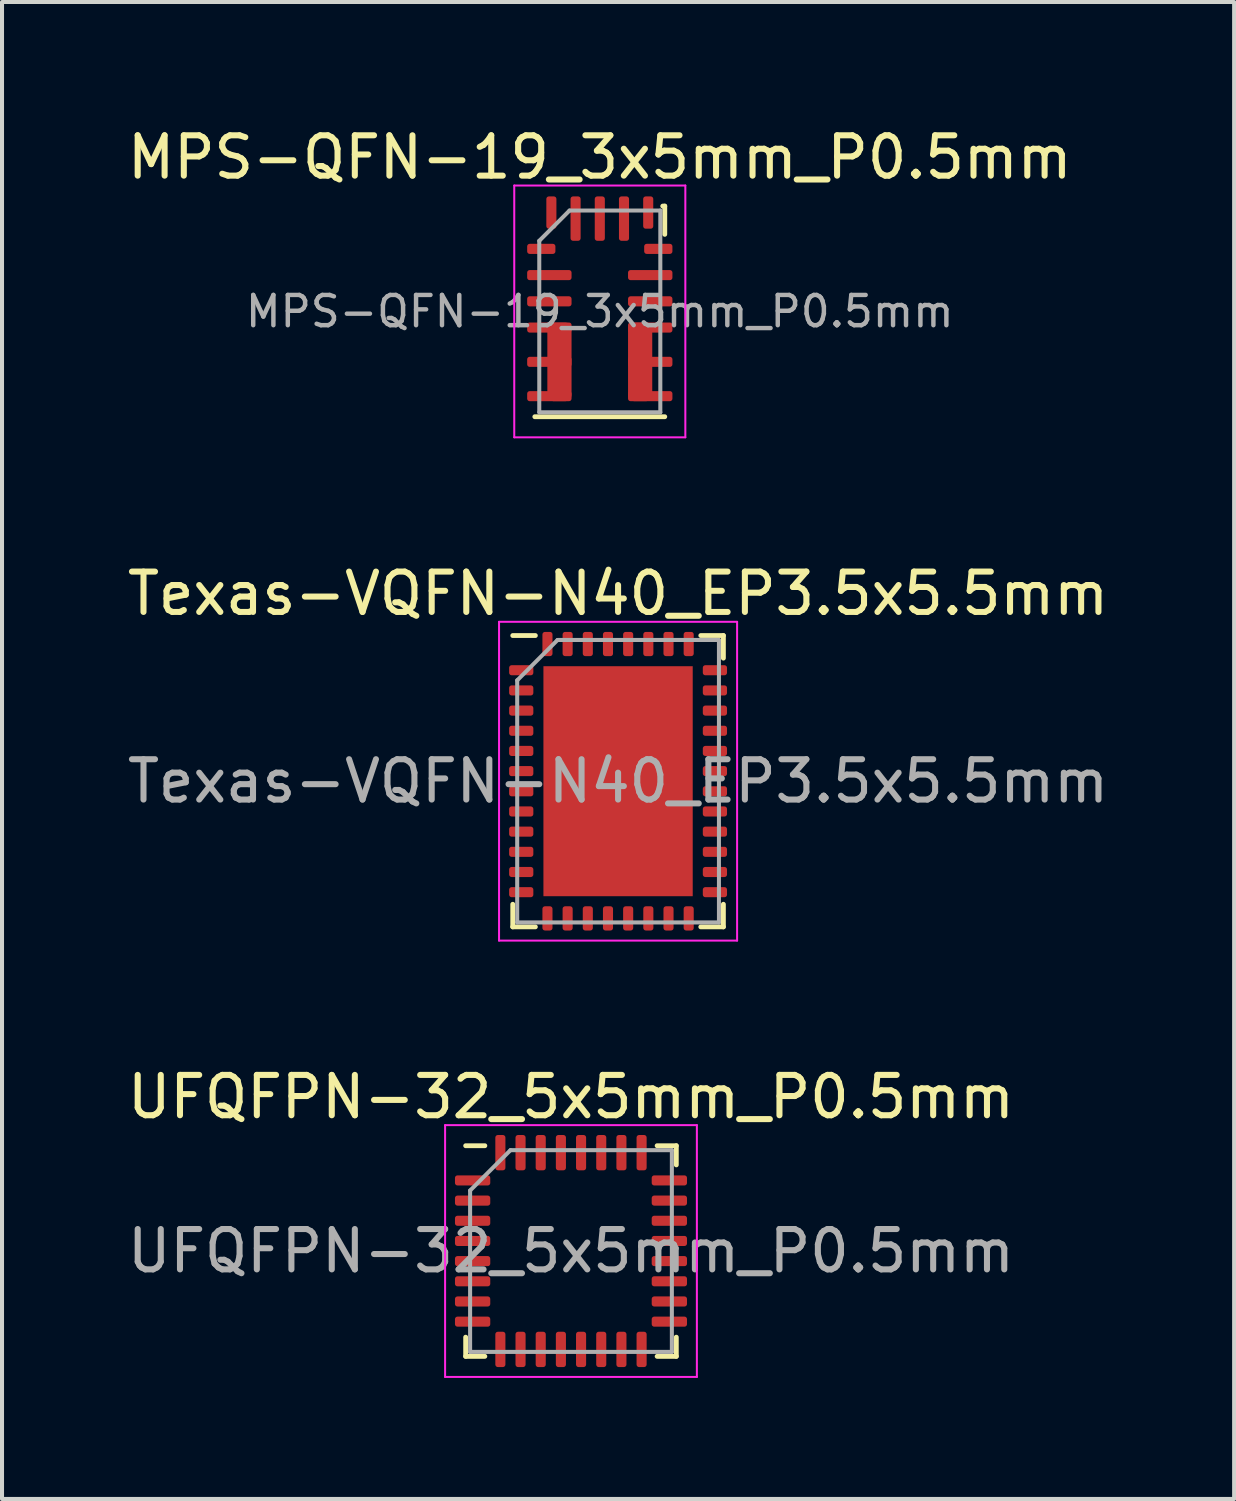
<source format=kicad_pcb>
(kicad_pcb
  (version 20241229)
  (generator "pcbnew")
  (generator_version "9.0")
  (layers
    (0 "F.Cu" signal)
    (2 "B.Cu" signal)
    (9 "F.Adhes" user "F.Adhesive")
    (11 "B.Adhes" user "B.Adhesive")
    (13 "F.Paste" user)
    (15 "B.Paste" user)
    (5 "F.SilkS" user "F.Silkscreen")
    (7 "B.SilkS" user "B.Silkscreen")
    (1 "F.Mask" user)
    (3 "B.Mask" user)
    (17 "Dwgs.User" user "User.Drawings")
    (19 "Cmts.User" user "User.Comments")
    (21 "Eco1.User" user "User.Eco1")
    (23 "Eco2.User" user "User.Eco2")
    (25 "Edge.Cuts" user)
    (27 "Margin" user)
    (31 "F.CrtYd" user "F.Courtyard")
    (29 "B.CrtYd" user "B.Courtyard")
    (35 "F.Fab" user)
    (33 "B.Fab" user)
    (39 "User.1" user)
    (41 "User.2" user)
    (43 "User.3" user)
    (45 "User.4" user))
  (footprint "UFQFPN-32_5x5mm_P0.5mm"
    (layer "F.Cu")
    (at 11.101 27.955)
    (property "Reference" "UFQFPN-32_5x5mm_P0.5mm" (at 0 -3.82 0) (layer "F.SilkS") (effects (font (size 1 1) (thickness 0.15))))
    (attr smd)
    (fp_line (start -2.61 2.61) (end -2.61 2.135) (stroke (width 0.12) (type solid)) (layer "F.SilkS"))
    (fp_line (start -2.135 -2.61) (end -2.61 -2.61) (stroke (width 0.12) (type solid)) (layer "F.SilkS"))
    (fp_line (start -2.135 2.61) (end -2.61 2.61) (stroke (width 0.12) (type solid)) (layer "F.SilkS"))
    (fp_line (start 2.135 -2.61) (end 2.61 -2.61) (stroke (width 0.12) (type solid)) (layer "F.SilkS"))
    (fp_line (start 2.135 2.61) (end 2.61 2.61) (stroke (width 0.12) (type solid)) (layer "F.SilkS"))
    (fp_line (start 2.61 -2.61) (end 2.61 -2.135) (stroke (width 0.12) (type solid)) (layer "F.SilkS"))
    (fp_line (start 2.61 2.61) (end 2.61 2.135) (stroke (width 0.12) (type solid)) (layer "F.SilkS"))
    (fp_line (start -3.12 -3.12) (end -3.12 3.12) (stroke (width 0.05) (type solid)) (layer "F.CrtYd"))
    (fp_line (start -3.12 3.12) (end 3.12 3.12) (stroke (width 0.05) (type solid)) (layer "F.CrtYd"))
    (fp_line (start 3.12 -3.12) (end -3.12 -3.12) (stroke (width 0.05) (type solid)) (layer "F.CrtYd"))
    (fp_line (start 3.12 3.12) (end 3.12 -3.12) (stroke (width 0.05) (type solid)) (layer "F.CrtYd"))
    (fp_line (start -2.5 -1.5) (end -1.5 -2.5) (stroke (width 0.1) (type solid)) (layer "F.Fab"))
    (fp_line (start -2.5 2.5) (end -2.5 -1.5) (stroke (width 0.1) (type solid)) (layer "F.Fab"))
    (fp_line (start -1.5 -2.5) (end 2.5 -2.5) (stroke (width 0.1) (type solid)) (layer "F.Fab"))
    (fp_line (start 2.5 -2.5) (end 2.5 2.5) (stroke (width 0.1) (type solid)) (layer "F.Fab"))
    (fp_line (start 2.5 2.5) (end -2.5 2.5) (stroke (width 0.1) (type solid)) (layer "F.Fab"))
    (fp_text user "${REFERENCE}" (at 0 0 0) (layer "F.Fab") (effects (font (size 1 1) (thickness 0.15))))
    (pad "1" smd roundrect (at -2.438 -1.75) (size 0.875 0.25) (layers "F.Cu" "F.Mask" "F.Paste") (roundrect_rratio 0.25))
    (pad "2" smd roundrect (at -2.438 -1.25) (size 0.875 0.25) (layers "F.Cu" "F.Mask" "F.Paste") (roundrect_rratio 0.25))
    (pad "3" smd roundrect (at -2.438 -0.75) (size 0.875 0.25) (layers "F.Cu" "F.Mask" "F.Paste") (roundrect_rratio 0.25))
    (pad "4" smd roundrect (at -2.438 -0.25) (size 0.875 0.25) (layers "F.Cu" "F.Mask" "F.Paste") (roundrect_rratio 0.25))
    (pad "5" smd roundrect (at -2.438 0.25) (size 0.875 0.25) (layers "F.Cu" "F.Mask" "F.Paste") (roundrect_rratio 0.25))
    (pad "6" smd roundrect (at -2.438 0.75) (size 0.875 0.25) (layers "F.Cu" "F.Mask" "F.Paste") (roundrect_rratio 0.25))
    (pad "7" smd roundrect (at -2.438 1.25) (size 0.875 0.25) (layers "F.Cu" "F.Mask" "F.Paste") (roundrect_rratio 0.25))
    (pad "8" smd roundrect (at -2.438 1.75) (size 0.875 0.25) (layers "F.Cu" "F.Mask" "F.Paste") (roundrect_rratio 0.25))
    (pad "9" smd roundrect (at -1.75 2.438) (size 0.25 0.875) (layers "F.Cu" "F.Mask" "F.Paste") (roundrect_rratio 0.25))
    (pad "10" smd roundrect (at -1.25 2.438) (size 0.25 0.875) (layers "F.Cu" "F.Mask" "F.Paste") (roundrect_rratio 0.25))
    (pad "11" smd roundrect (at -0.75 2.438) (size 0.25 0.875) (layers "F.Cu" "F.Mask" "F.Paste") (roundrect_rratio 0.25))
    (pad "12" smd roundrect (at -0.25 2.438) (size 0.25 0.875) (layers "F.Cu" "F.Mask" "F.Paste") (roundrect_rratio 0.25))
    (pad "13" smd roundrect (at 0.25 2.438) (size 0.25 0.875) (layers "F.Cu" "F.Mask" "F.Paste") (roundrect_rratio 0.25))
    (pad "14" smd roundrect (at 0.75 2.438) (size 0.25 0.875) (layers "F.Cu" "F.Mask" "F.Paste") (roundrect_rratio 0.25))
    (pad "15" smd roundrect (at 1.25 2.438) (size 0.25 0.875) (layers "F.Cu" "F.Mask" "F.Paste") (roundrect_rratio 0.25))
    (pad "16" smd roundrect (at 1.75 2.438) (size 0.25 0.875) (layers "F.Cu" "F.Mask" "F.Paste") (roundrect_rratio 0.25))
    (pad "17" smd roundrect (at 2.438 1.75) (size 0.875 0.25) (layers "F.Cu" "F.Mask" "F.Paste") (roundrect_rratio 0.25))
    (pad "18" smd roundrect (at 2.438 1.25) (size 0.875 0.25) (layers "F.Cu" "F.Mask" "F.Paste") (roundrect_rratio 0.25))
    (pad "19" smd roundrect (at 2.438 0.75) (size 0.875 0.25) (layers "F.Cu" "F.Mask" "F.Paste") (roundrect_rratio 0.25))
    (pad "20" smd roundrect (at 2.438 0.25) (size 0.875 0.25) (layers "F.Cu" "F.Mask" "F.Paste") (roundrect_rratio 0.25))
    (pad "21" smd roundrect (at 2.438 -0.25) (size 0.875 0.25) (layers "F.Cu" "F.Mask" "F.Paste") (roundrect_rratio 0.25))
    (pad "22" smd roundrect (at 2.438 -0.75) (size 0.875 0.25) (layers "F.Cu" "F.Mask" "F.Paste") (roundrect_rratio 0.25))
    (pad "23" smd roundrect (at 2.438 -1.25) (size 0.875 0.25) (layers "F.Cu" "F.Mask" "F.Paste") (roundrect_rratio 0.25))
    (pad "24" smd roundrect (at 2.438 -1.75) (size 0.875 0.25) (layers "F.Cu" "F.Mask" "F.Paste") (roundrect_rratio 0.25))
    (pad "25" smd roundrect (at 1.75 -2.438) (size 0.25 0.875) (layers "F.Cu" "F.Mask" "F.Paste") (roundrect_rratio 0.25))
    (pad "26" smd roundrect (at 1.25 -2.438) (size 0.25 0.875) (layers "F.Cu" "F.Mask" "F.Paste") (roundrect_rratio 0.25))
    (pad "27" smd roundrect (at 0.75 -2.438) (size 0.25 0.875) (layers "F.Cu" "F.Mask" "F.Paste") (roundrect_rratio 0.25))
    (pad "28" smd roundrect (at 0.25 -2.438) (size 0.25 0.875) (layers "F.Cu" "F.Mask" "F.Paste") (roundrect_rratio 0.25))
    (pad "29" smd roundrect (at -0.25 -2.438) (size 0.25 0.875) (layers "F.Cu" "F.Mask" "F.Paste") (roundrect_rratio 0.25))
    (pad "30" smd roundrect (at -0.75 -2.438) (size 0.25 0.875) (layers "F.Cu" "F.Mask" "F.Paste") (roundrect_rratio 0.25))
    (pad "31" smd roundrect (at -1.25 -2.438) (size 0.25 0.875) (layers "F.Cu" "F.Mask" "F.Paste") (roundrect_rratio 0.25))
    (pad "32" smd roundrect (at -1.75 -2.438) (size 0.25 0.875) (layers "F.Cu" "F.Mask" "F.Paste") (roundrect_rratio 0.25)))
  (footprint "Texas-VQFN-N40_EP3.5x5.5mm"
    (layer "F.Cu")
    (at 12.268 16.311)
    (property "Reference" "Texas-VQFN-N40_EP3.5x5.5mm" (at 0 -4.65 0) (layer "F.SilkS") (effects (font (size 1 1) (thickness 0.15))))
    (attr smd)
    (fp_line (start -2.61 -3.61) (end -2.05 -3.61) (stroke (width 0.12) (type solid)) (layer "F.SilkS"))
    (fp_line (start -2.61 3.61) (end -2.61 3.05) (stroke (width 0.12) (type solid)) (layer "F.SilkS"))
    (fp_line (start -2.05 3.61) (end -2.61 3.61) (stroke (width 0.12) (type solid)) (layer "F.SilkS"))
    (fp_line (start 2.05 -3.61) (end 2.61 -3.61) (stroke (width 0.12) (type solid)) (layer "F.SilkS"))
    (fp_line (start 2.61 -3.61) (end 2.61 -3.05) (stroke (width 0.12) (type solid)) (layer "F.SilkS"))
    (fp_line (start 2.61 3.05) (end 2.61 3.61) (stroke (width 0.12) (type solid)) (layer "F.SilkS"))
    (fp_line (start 2.61 3.61) (end 2.05 3.61) (stroke (width 0.12) (type solid)) (layer "F.SilkS"))
    (fp_line (start -2.95 -3.95) (end -2.95 3.95) (stroke (width 0.05) (type solid)) (layer "F.CrtYd"))
    (fp_line (start -2.95 3.95) (end 2.95 3.95) (stroke (width 0.05) (type solid)) (layer "F.CrtYd"))
    (fp_line (start 2.95 -3.95) (end -2.95 -3.95) (stroke (width 0.05) (type solid)) (layer "F.CrtYd"))
    (fp_line (start 2.95 3.95) (end 2.95 -3.95) (stroke (width 0.05) (type solid)) (layer "F.CrtYd"))
    (fp_line (start -2.5 -2.5) (end -1.5 -3.5) (stroke (width 0.1) (type solid)) (layer "F.Fab"))
    (fp_line (start -2.5 3.5) (end -2.5 -2.5) (stroke (width 0.1) (type solid)) (layer "F.Fab"))
    (fp_line (start -1.5 -3.5) (end 2.5 -3.5) (stroke (width 0.1) (type solid)) (layer "F.Fab"))
    (fp_line (start 2.5 -3.5) (end 2.5 3.5) (stroke (width 0.1) (type solid)) (layer "F.Fab"))
    (fp_line (start 2.5 3.5) (end -2.5 3.5) (stroke (width 0.1) (type solid)) (layer "F.Fab"))
    (fp_text user "${REFERENCE}" (at 0 0 0) (layer "F.Fab") (effects (font (size 1 1) (thickness 0.15))))
    (pad "" smd roundrect (at -1.25 -2.025) (size 1.05 1.15) (layers "F.Paste") (roundrect_rratio 0.214))
    (pad "" smd roundrect (at -1.25 -0.675) (size 1.05 1.15) (layers "F.Paste") (roundrect_rratio 0.214))
    (pad "" smd roundrect (at -1.25 0.675) (size 1.05 1.15) (layers "F.Paste") (roundrect_rratio 0.214))
    (pad "" smd roundrect (at -1.25 2.025) (size 1.05 1.15) (layers "F.Paste") (roundrect_rratio 0.214))
    (pad "" smd roundrect (at 0 -2.025) (size 1.05 1.15) (layers "F.Paste") (roundrect_rratio 0.214))
    (pad "" smd roundrect (at 0 -0.675) (size 1.05 1.15) (layers "F.Paste") (roundrect_rratio 0.214))
    (pad "" smd roundrect (at 0 0.675) (size 1.05 1.15) (layers "F.Paste") (roundrect_rratio 0.214))
    (pad "" smd roundrect (at 0 2.025) (size 1.05 1.15) (layers "F.Paste") (roundrect_rratio 0.214))
    (pad "" smd roundrect (at 1.25 -2.025) (size 1.05 1.15) (layers "F.Paste") (roundrect_rratio 0.214))
    (pad "" smd roundrect (at 1.25 -0.675) (size 1.05 1.15) (layers "F.Paste") (roundrect_rratio 0.214))
    (pad "" smd roundrect (at 1.25 0.675) (size 1.05 1.15) (layers "F.Paste") (roundrect_rratio 0.214))
    (pad "" smd roundrect (at 1.25 2.025) (size 1.05 1.15) (layers "F.Paste") (roundrect_rratio 0.214))
    (pad "1" smd roundrect (at -2.4 -2.75) (size 0.6 0.25) (layers "F.Cu" "F.Mask" "F.Paste") (roundrect_rratio 0.25))
    (pad "2" smd roundrect (at -2.4 -2.25) (size 0.6 0.25) (layers "F.Cu" "F.Mask" "F.Paste") (roundrect_rratio 0.25))
    (pad "3" smd roundrect (at -2.4 -1.75) (size 0.6 0.25) (layers "F.Cu" "F.Mask" "F.Paste") (roundrect_rratio 0.25))
    (pad "4" smd roundrect (at -2.4 -1.25) (size 0.6 0.25) (layers "F.Cu" "F.Mask" "F.Paste") (roundrect_rratio 0.25))
    (pad "5" smd roundrect (at -2.4 -0.75) (size 0.6 0.25) (layers "F.Cu" "F.Mask" "F.Paste") (roundrect_rratio 0.25))
    (pad "6" smd roundrect (at -2.4 -0.25) (size 0.6 0.25) (layers "F.Cu" "F.Mask" "F.Paste") (roundrect_rratio 0.25))
    (pad "7" smd roundrect (at -2.4 0.25) (size 0.6 0.25) (layers "F.Cu" "F.Mask" "F.Paste") (roundrect_rratio 0.25))
    (pad "8" smd roundrect (at -2.4 0.75) (size 0.6 0.25) (layers "F.Cu" "F.Mask" "F.Paste") (roundrect_rratio 0.25))
    (pad "9" smd roundrect (at -2.4 1.25) (size 0.6 0.25) (layers "F.Cu" "F.Mask" "F.Paste") (roundrect_rratio 0.25))
    (pad "10" smd roundrect (at -2.4 1.75) (size 0.6 0.25) (layers "F.Cu" "F.Mask" "F.Paste") (roundrect_rratio 0.25))
    (pad "11" smd roundrect (at -2.4 2.25 90) (size 0.25 0.6) (layers "F.Cu" "F.Mask" "F.Paste") (roundrect_rratio 0.25))
    (pad "12" smd roundrect (at -2.4 2.75 90) (size 0.25 0.6) (layers "F.Cu" "F.Mask" "F.Paste") (roundrect_rratio 0.25))
    (pad "13" smd roundrect (at -1.75 3.4) (size 0.25 0.6) (layers "F.Cu" "F.Mask" "F.Paste") (roundrect_rratio 0.25))
    (pad "14" smd roundrect (at -1.25 3.4) (size 0.25 0.6) (layers "F.Cu" "F.Mask" "F.Paste") (roundrect_rratio 0.25))
    (pad "15" smd roundrect (at -0.75 3.4) (size 0.25 0.6) (layers "F.Cu" "F.Mask" "F.Paste") (roundrect_rratio 0.25))
    (pad "16" smd roundrect (at -0.25 3.4) (size 0.25 0.6) (layers "F.Cu" "F.Mask" "F.Paste") (roundrect_rratio 0.25))
    (pad "17" smd roundrect (at 0.25 3.4) (size 0.25 0.6) (layers "F.Cu" "F.Mask" "F.Paste") (roundrect_rratio 0.25))
    (pad "18" smd roundrect (at 0.75 3.4) (size 0.25 0.6) (layers "F.Cu" "F.Mask" "F.Paste") (roundrect_rratio 0.25))
    (pad "19" smd roundrect (at 1.25 3.4) (size 0.25 0.6) (layers "F.Cu" "F.Mask" "F.Paste") (roundrect_rratio 0.25))
    (pad "20" smd roundrect (at 1.75 3.4) (size 0.25 0.6) (layers "F.Cu" "F.Mask" "F.Paste") (roundrect_rratio 0.25))
    (pad "21" smd roundrect (at 2.4 2.75) (size 0.6 0.25) (layers "F.Cu" "F.Mask" "F.Paste") (roundrect_rratio 0.25))
    (pad "22" smd roundrect (at 2.4 2.25) (size 0.6 0.25) (layers "F.Cu" "F.Mask" "F.Paste") (roundrect_rratio 0.25))
    (pad "23" smd roundrect (at 2.4 1.75) (size 0.6 0.25) (layers "F.Cu" "F.Mask" "F.Paste") (roundrect_rratio 0.25))
    (pad "24" smd roundrect (at 2.4 1.25) (size 0.6 0.25) (layers "F.Cu" "F.Mask" "F.Paste") (roundrect_rratio 0.25))
    (pad "25" smd roundrect (at 2.4 0.75) (size 0.6 0.25) (layers "F.Cu" "F.Mask" "F.Paste") (roundrect_rratio 0.25))
    (pad "26" smd roundrect (at 2.4 0.25) (size 0.6 0.25) (layers "F.Cu" "F.Mask" "F.Paste") (roundrect_rratio 0.25))
    (pad "27" smd roundrect (at 2.4 -0.25) (size 0.6 0.25) (layers "F.Cu" "F.Mask" "F.Paste") (roundrect_rratio 0.25))
    (pad "28" smd roundrect (at 2.4 -0.75) (size 0.6 0.25) (layers "F.Cu" "F.Mask" "F.Paste") (roundrect_rratio 0.25))
    (pad "29" smd roundrect (at 2.4 -1.25) (size 0.6 0.25) (layers "F.Cu" "F.Mask" "F.Paste") (roundrect_rratio 0.25))
    (pad "30" smd roundrect (at 2.4 -1.75) (size 0.6 0.25) (layers "F.Cu" "F.Mask" "F.Paste") (roundrect_rratio 0.25))
    (pad "31" smd roundrect (at 2.4 -2.25 90) (size 0.25 0.6) (layers "F.Cu" "F.Mask" "F.Paste") (roundrect_rratio 0.25))
    (pad "32" smd roundrect (at 2.4 -2.75 270) (size 0.25 0.6) (layers "F.Cu" "F.Mask" "F.Paste") (roundrect_rratio 0.25))
    (pad "33" smd roundrect (at 1.75 -3.4) (size 0.25 0.6) (layers "F.Cu" "F.Mask" "F.Paste") (roundrect_rratio 0.25))
    (pad "34" smd roundrect (at 1.25 -3.4) (size 0.25 0.6) (layers "F.Cu" "F.Mask" "F.Paste") (roundrect_rratio 0.25))
    (pad "35" smd roundrect (at 0.75 -3.4) (size 0.25 0.6) (layers "F.Cu" "F.Mask" "F.Paste") (roundrect_rratio 0.25))
    (pad "36" smd roundrect (at 0.25 -3.4) (size 0.25 0.6) (layers "F.Cu" "F.Mask" "F.Paste") (roundrect_rratio 0.25))
    (pad "37" smd roundrect (at -0.25 -3.4) (size 0.25 0.6) (layers "F.Cu" "F.Mask" "F.Paste") (roundrect_rratio 0.25))
    (pad "38" smd roundrect (at -0.75 -3.4) (size 0.25 0.6) (layers "F.Cu" "F.Mask" "F.Paste") (roundrect_rratio 0.25))
    (pad "39" smd roundrect (at -1.25 -3.4) (size 0.25 0.6) (layers "F.Cu" "F.Mask" "F.Paste") (roundrect_rratio 0.25))
    (pad "40" smd roundrect (at -1.75 -3.4) (size 0.25 0.6) (layers "F.Cu" "F.Mask" "F.Paste") (roundrect_rratio 0.25))
    (pad "41" smd rect (at 0 0) (size 3.7 5.7) (layers "F.Cu" "F.Mask")))
  (footprint "MPS-QFN-19_3x5mm_P0.5mm"
    (layer "F.Cu")
    (at 11.815 4.668)
    (property "Reference" "MPS-QFN-19_3x5mm_P0.5mm" (at 0 -3.82 0) (layer "F.SilkS") (effects (font (size 1 1) (thickness 0.15))))
    (attr smd)
    (fp_line (start -1.61 2.61) (end 1.61 2.61) (stroke (width 0.12) (type solid)) (layer "F.SilkS"))
    (fp_line (start 1.56 -2.61) (end 1.61 -2.61) (stroke (width 0.12) (type solid)) (layer "F.SilkS"))
    (fp_line (start 1.61 -2.61) (end 1.61 -1.91) (stroke (width 0.12) (type solid)) (layer "F.SilkS"))
    (fp_line (start -2.12 -3.12) (end -2.12 3.12) (stroke (width 0.05) (type solid)) (layer "F.CrtYd"))
    (fp_line (start -2.12 3.12) (end 2.12 3.12) (stroke (width 0.05) (type solid)) (layer "F.CrtYd"))
    (fp_line (start 2.12 -3.12) (end -2.12 -3.12) (stroke (width 0.05) (type solid)) (layer "F.CrtYd"))
    (fp_line (start 2.12 3.12) (end 2.12 -3.12) (stroke (width 0.05) (type solid)) (layer "F.CrtYd"))
    (fp_line (start -1.5 -1.75) (end -0.75 -2.5) (stroke (width 0.1) (type solid)) (layer "F.Fab"))
    (fp_line (start -1.5 2.5) (end -1.5 -1.75) (stroke (width 0.1) (type solid)) (layer "F.Fab"))
    (fp_line (start -0.75 -2.5) (end 1.5 -2.5) (stroke (width 0.1) (type solid)) (layer "F.Fab"))
    (fp_line (start 1.5 -2.5) (end 1.5 2.5) (stroke (width 0.1) (type solid)) (layer "F.Fab"))
    (fp_line (start 1.5 2.5) (end -1.5 2.5) (stroke (width 0.1) (type solid)) (layer "F.Fab"))
    (fp_text user "${REFERENCE}" (at 0 0 0) (layer "F.Fab") (effects (font (size 0.75 0.75) (thickness 0.11))))
    (pad "1" smd roundrect (at -1.45 -1.55) (size 0.7 0.25) (layers "F.Cu" "F.Mask" "F.Paste") (roundrect_rratio 0.25))
    (pad "2" smd roundrect (at -1.25 -0.9) (size 1.1 0.25) (layers "F.Cu" "F.Mask" "F.Paste") (roundrect_rratio 0.25))
    (pad "3" smd roundrect (at -1.25 -0.25) (size 1.1 0.25) (layers "F.Cu" "F.Mask" "F.Paste") (roundrect_rratio 0.25))
    (pad "4" smd roundrect (at -1.25 0.4) (size 1.1 0.25) (layers "F.Cu" "F.Mask" "F.Paste") (roundrect_rratio 0.25))
    (pad "4" smd roundrect (at -1.25 1.25) (size 1.1 0.25) (layers "F.Cu" "F.Mask" "F.Paste") (roundrect_rratio 0.25))
    (pad "4" smd roundrect (at -1.25 2.1) (size 1.1 0.25) (layers "F.Cu" "F.Mask" "F.Paste") (roundrect_rratio 0.25))
    (pad "4" smd roundrect (at -1 1.25) (size 0.6 1.95) (layers "F.Cu" "F.Mask" "F.Paste") (roundrect_rratio 0.25))
    (pad "7" smd roundrect (at 1 1.25) (size 0.6 1.95) (layers "F.Cu" "F.Mask" "F.Paste") (roundrect_rratio 0.25))
    (pad "7" smd roundrect (at 1.25 0.4) (size 1.1 0.25) (layers "F.Cu" "F.Mask" "F.Paste") (roundrect_rratio 0.25))
    (pad "7" smd roundrect (at 1.25 1.25) (size 1.1 0.25) (layers "F.Cu" "F.Mask" "F.Paste") (roundrect_rratio 0.25))
    (pad "7" smd roundrect (at 1.25 2.1) (size 1.1 0.25) (layers "F.Cu" "F.Mask" "F.Paste") (roundrect_rratio 0.25))
    (pad "10" smd roundrect (at 1.25 -0.25) (size 1.1 0.25) (layers "F.Cu" "F.Mask" "F.Paste") (roundrect_rratio 0.25))
    (pad "11" smd roundrect (at 1.25 -0.9) (size 1.1 0.25) (layers "F.Cu" "F.Mask" "F.Paste") (roundrect_rratio 0.25))
    (pad "12" smd roundrect (at 1.45 -1.55) (size 0.7 0.25) (layers "F.Cu" "F.Mask" "F.Paste") (roundrect_rratio 0.25))
    (pad "13" smd roundrect (at 1.2 -2.45) (size 0.25 0.8) (layers "F.Cu" "F.Mask" "F.Paste") (roundrect_rratio 0.25))
    (pad "14" smd roundrect (at 0.6 -2.3) (size 0.25 1.1) (layers "F.Cu" "F.Mask" "F.Paste") (roundrect_rratio 0.25))
    (pad "15" smd roundrect (at 0 -2.3) (size 0.25 1.1) (layers "F.Cu" "F.Mask" "F.Paste") (roundrect_rratio 0.25))
    (pad "16" smd roundrect (at -0.6 -2.3) (size 0.25 1.1) (layers "F.Cu" "F.Mask" "F.Paste") (roundrect_rratio 0.25))
    (pad "17" smd roundrect (at -1.2 -2.45) (size 0.25 0.8) (layers "F.Cu" "F.Mask" "F.Paste") (roundrect_rratio 0.25)))
  (gr_rect
    (start -3 -3)
    (end 27.536 34.1)
    (stroke (width 0.1) (type default))
    (fill no)
    (layer "Edge.Cuts")))
</source>
